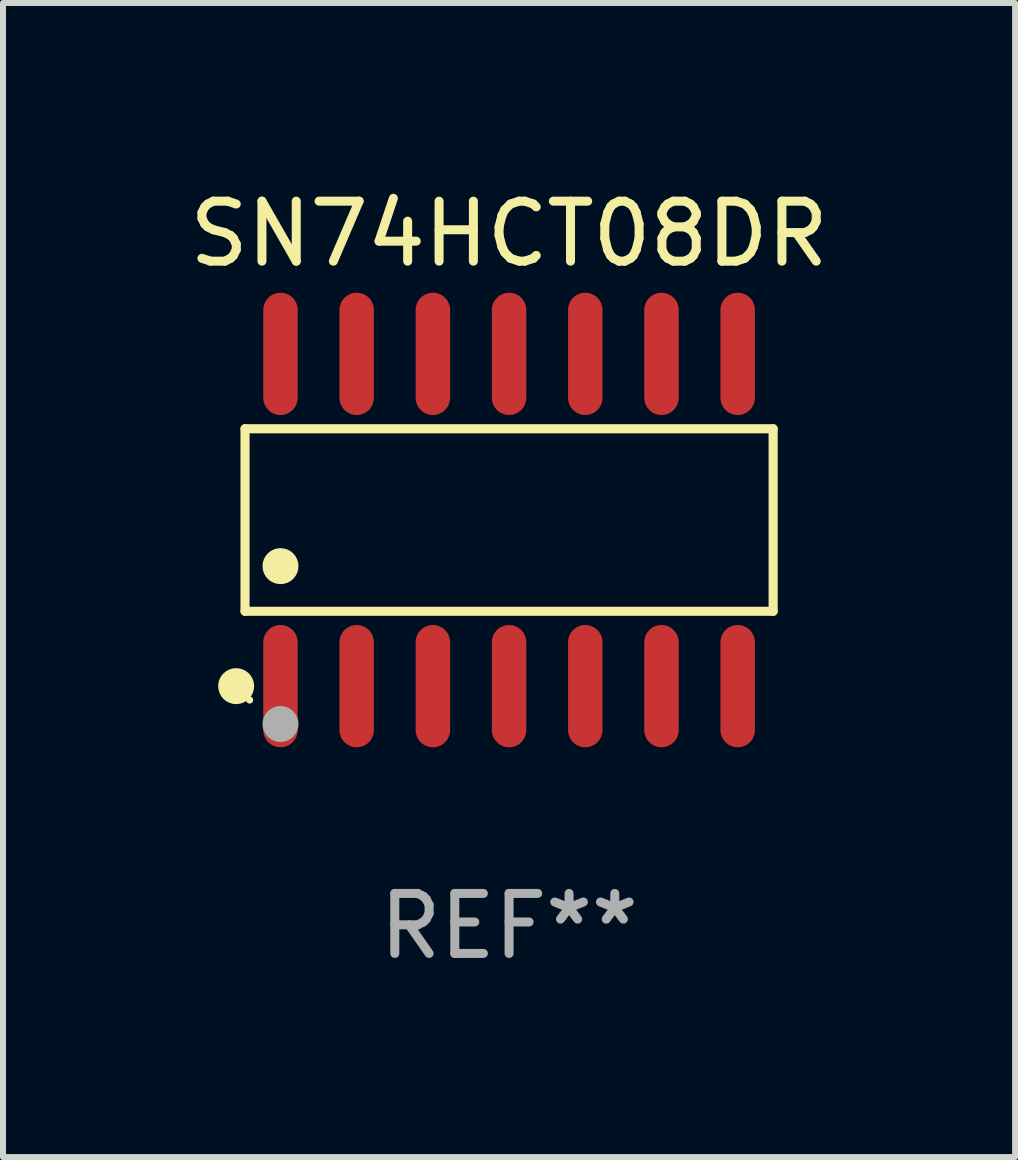
<source format=kicad_pcb>
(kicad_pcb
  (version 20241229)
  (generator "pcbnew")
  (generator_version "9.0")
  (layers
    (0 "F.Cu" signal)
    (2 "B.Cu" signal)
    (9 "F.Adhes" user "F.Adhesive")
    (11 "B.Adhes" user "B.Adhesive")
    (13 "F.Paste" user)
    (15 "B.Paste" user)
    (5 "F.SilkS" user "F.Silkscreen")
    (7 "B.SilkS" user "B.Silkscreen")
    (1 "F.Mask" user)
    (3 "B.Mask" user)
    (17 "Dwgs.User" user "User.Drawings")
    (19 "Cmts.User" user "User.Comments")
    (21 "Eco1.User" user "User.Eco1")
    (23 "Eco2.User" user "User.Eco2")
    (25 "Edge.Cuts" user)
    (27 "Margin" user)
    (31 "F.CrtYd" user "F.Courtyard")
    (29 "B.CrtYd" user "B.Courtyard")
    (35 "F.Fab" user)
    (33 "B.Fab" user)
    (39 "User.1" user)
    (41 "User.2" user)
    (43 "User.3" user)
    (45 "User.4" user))
  (footprint "SN74HCT08DR"
    (layer "F.Cu")
    (at 5.435 5.617)
    (property "Reference" "SN74HCT08DR" (at 0 -4.769 0) (layer "F.SilkS") (effects (font (size 1 1) (thickness 0.15))))
    (attr through_hole)
    (fp_line (start -4.401 -1.521) (end 4.401 -1.521) (stroke (width 0.152) (type solid)) (layer "F.SilkS"))
    (fp_line (start -4.401 1.521) (end -4.401 -1.521) (stroke (width 0.152) (type solid)) (layer "F.SilkS"))
    (fp_line (start 4.401 -1.521) (end 4.401 1.521) (stroke (width 0.152) (type solid)) (layer "F.SilkS"))
    (fp_line (start 4.401 1.521) (end -4.401 1.521) (stroke (width 0.152) (type solid)) (layer "F.SilkS"))
    (fp_circle (center -4.549 2.769) (end -4.399 2.769) (stroke (width 0.3) (type solid)) (fill no) (layer "F.SilkS"))
    (fp_circle (center -4.325 3) (end -4.295 3) (stroke (width 0.06) (type solid)) (fill no) (layer "F.SilkS"))
    (fp_circle (center -3.81 0.769) (end -3.66 0.769) (stroke (width 0.3) (type solid)) (fill no) (layer "F.SilkS"))
    (fp_circle (center -3.81 3.4) (end -3.66 3.4) (stroke (width 0.3) (type solid)) (fill no) (layer "F.Fab"))
    (fp_text user "REF**" (at 0 6.769 0) (layer "F.Fab") (effects (font (size 1 1) (thickness 0.15))))
    (pad "1" smd oval (at -3.81 2.769) (size 0.574 2.038) (layers "F.Cu" "F.Mask" "F.Paste"))
    (pad "2" smd oval (at -2.54 2.769) (size 0.574 2.038) (layers "F.Cu" "F.Mask" "F.Paste"))
    (pad "3" smd oval (at -1.27 2.769) (size 0.574 2.038) (layers "F.Cu" "F.Mask" "F.Paste"))
    (pad "4" smd oval (at 0 2.769) (size 0.574 2.038) (layers "F.Cu" "F.Mask" "F.Paste"))
    (pad "5" smd oval (at 1.27 2.769) (size 0.574 2.038) (layers "F.Cu" "F.Mask" "F.Paste"))
    (pad "6" smd oval (at 2.54 2.769) (size 0.574 2.038) (layers "F.Cu" "F.Mask" "F.Paste"))
    (pad "7" smd oval (at 3.81 2.769) (size 0.574 2.038) (layers "F.Cu" "F.Mask" "F.Paste"))
    (pad "8" smd oval (at 3.81 -2.769) (size 0.574 2.038) (layers "F.Cu" "F.Mask" "F.Paste"))
    (pad "9" smd oval (at 2.54 -2.769) (size 0.574 2.038) (layers "F.Cu" "F.Mask" "F.Paste"))
    (pad "10" smd oval (at 1.27 -2.769) (size 0.574 2.038) (layers "F.Cu" "F.Mask" "F.Paste"))
    (pad "11" smd oval (at 0 -2.769) (size 0.574 2.038) (layers "F.Cu" "F.Mask" "F.Paste"))
    (pad "12" smd oval (at -1.27 -2.769) (size 0.574 2.038) (layers "F.Cu" "F.Mask" "F.Paste"))
    (pad "13" smd oval (at -2.54 -2.769) (size 0.574 2.038) (layers "F.Cu" "F.Mask" "F.Paste"))
    (pad "14" smd oval (at -3.81 -2.769) (size 0.574 2.038) (layers "F.Cu" "F.Mask" "F.Paste")))
  (gr_rect
    (start -3 -3)
    (end 13.869 16.235)
    (stroke (width 0.1) (type default))
    (fill no)
    (layer "Edge.Cuts")))
</source>
